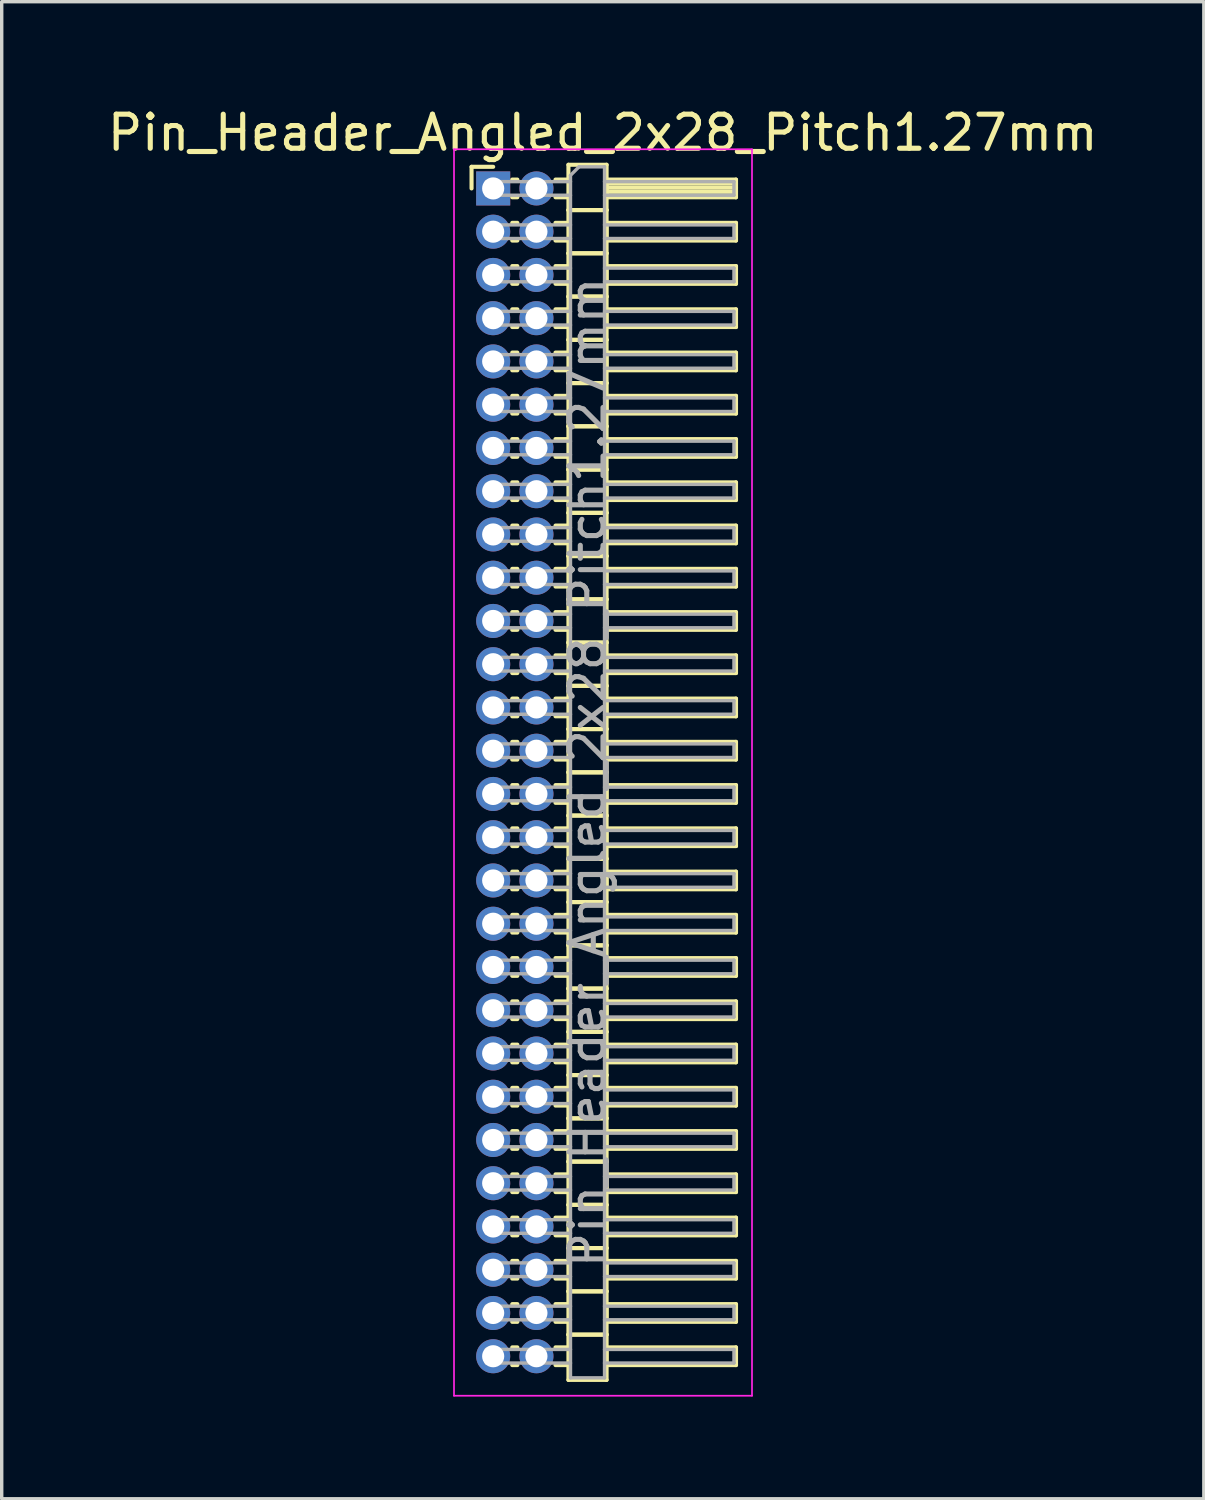
<source format=kicad_pcb>
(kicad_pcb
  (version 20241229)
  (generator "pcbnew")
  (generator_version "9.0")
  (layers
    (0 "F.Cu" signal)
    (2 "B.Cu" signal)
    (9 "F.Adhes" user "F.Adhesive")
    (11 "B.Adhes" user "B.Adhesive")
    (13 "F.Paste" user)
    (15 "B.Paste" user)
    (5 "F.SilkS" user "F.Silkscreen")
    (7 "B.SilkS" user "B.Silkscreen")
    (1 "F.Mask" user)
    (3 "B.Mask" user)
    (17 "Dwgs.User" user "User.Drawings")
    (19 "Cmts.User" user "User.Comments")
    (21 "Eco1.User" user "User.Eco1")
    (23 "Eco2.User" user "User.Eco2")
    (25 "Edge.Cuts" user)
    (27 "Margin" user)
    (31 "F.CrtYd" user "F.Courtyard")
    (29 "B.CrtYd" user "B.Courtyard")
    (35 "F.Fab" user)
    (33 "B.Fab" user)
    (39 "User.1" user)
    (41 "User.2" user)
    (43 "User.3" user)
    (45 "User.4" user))
  (footprint "Pin_Header_Angled_2x28_Pitch1.27mm"
    (layer "F.Cu")
    (at 11.431 2.483)
    (property "Reference" "Pin_Header_Angled_2x28_Pitch1.27mm" (at 3.217 -1.635 0) (layer "F.SilkS") (effects (font (size 1 1) (thickness 0.15))))
    (attr through_hole)
    (fp_line (start -0.635 -0.635) (end 0 -0.635) (stroke (width 0.12) (type solid)) (layer "F.SilkS"))
    (fp_line (start -0.635 0) (end -0.635 -0.635) (stroke (width 0.12) (type solid)) (layer "F.SilkS"))
    (fp_line (start 0.56 -0.26) (end 0.71 -0.26) (stroke (width 0.12) (type solid)) (layer "F.SilkS"))
    (fp_line (start 0.56 0.26) (end 0.71 0.26) (stroke (width 0.12) (type solid)) (layer "F.SilkS"))
    (fp_line (start 0.56 1.01) (end 0.71 1.01) (stroke (width 0.12) (type solid)) (layer "F.SilkS"))
    (fp_line (start 0.56 1.53) (end 0.71 1.53) (stroke (width 0.12) (type solid)) (layer "F.SilkS"))
    (fp_line (start 0.56 2.28) (end 0.71 2.28) (stroke (width 0.12) (type solid)) (layer "F.SilkS"))
    (fp_line (start 0.56 2.8) (end 0.71 2.8) (stroke (width 0.12) (type solid)) (layer "F.SilkS"))
    (fp_line (start 0.56 3.55) (end 0.71 3.55) (stroke (width 0.12) (type solid)) (layer "F.SilkS"))
    (fp_line (start 0.56 4.07) (end 0.71 4.07) (stroke (width 0.12) (type solid)) (layer "F.SilkS"))
    (fp_line (start 0.56 4.82) (end 0.71 4.82) (stroke (width 0.12) (type solid)) (layer "F.SilkS"))
    (fp_line (start 0.56 5.34) (end 0.71 5.34) (stroke (width 0.12) (type solid)) (layer "F.SilkS"))
    (fp_line (start 0.56 6.09) (end 0.71 6.09) (stroke (width 0.12) (type solid)) (layer "F.SilkS"))
    (fp_line (start 0.56 6.61) (end 0.71 6.61) (stroke (width 0.12) (type solid)) (layer "F.SilkS"))
    (fp_line (start 0.56 7.36) (end 0.71 7.36) (stroke (width 0.12) (type solid)) (layer "F.SilkS"))
    (fp_line (start 0.56 7.88) (end 0.71 7.88) (stroke (width 0.12) (type solid)) (layer "F.SilkS"))
    (fp_line (start 0.56 8.63) (end 0.71 8.63) (stroke (width 0.12) (type solid)) (layer "F.SilkS"))
    (fp_line (start 0.56 9.15) (end 0.71 9.15) (stroke (width 0.12) (type solid)) (layer "F.SilkS"))
    (fp_line (start 0.56 9.9) (end 0.71 9.9) (stroke (width 0.12) (type solid)) (layer "F.SilkS"))
    (fp_line (start 0.56 10.42) (end 0.71 10.42) (stroke (width 0.12) (type solid)) (layer "F.SilkS"))
    (fp_line (start 0.56 11.17) (end 0.71 11.17) (stroke (width 0.12) (type solid)) (layer "F.SilkS"))
    (fp_line (start 0.56 11.69) (end 0.71 11.69) (stroke (width 0.12) (type solid)) (layer "F.SilkS"))
    (fp_line (start 0.56 12.44) (end 0.71 12.44) (stroke (width 0.12) (type solid)) (layer "F.SilkS"))
    (fp_line (start 0.56 12.96) (end 0.71 12.96) (stroke (width 0.12) (type solid)) (layer "F.SilkS"))
    (fp_line (start 0.56 13.71) (end 0.71 13.71) (stroke (width 0.12) (type solid)) (layer "F.SilkS"))
    (fp_line (start 0.56 14.23) (end 0.71 14.23) (stroke (width 0.12) (type solid)) (layer "F.SilkS"))
    (fp_line (start 0.56 14.98) (end 0.71 14.98) (stroke (width 0.12) (type solid)) (layer "F.SilkS"))
    (fp_line (start 0.56 15.5) (end 0.71 15.5) (stroke (width 0.12) (type solid)) (layer "F.SilkS"))
    (fp_line (start 0.56 16.25) (end 0.71 16.25) (stroke (width 0.12) (type solid)) (layer "F.SilkS"))
    (fp_line (start 0.56 16.77) (end 0.71 16.77) (stroke (width 0.12) (type solid)) (layer "F.SilkS"))
    (fp_line (start 0.56 17.52) (end 0.71 17.52) (stroke (width 0.12) (type solid)) (layer "F.SilkS"))
    (fp_line (start 0.56 18.04) (end 0.71 18.04) (stroke (width 0.12) (type solid)) (layer "F.SilkS"))
    (fp_line (start 0.56 18.79) (end 0.71 18.79) (stroke (width 0.12) (type solid)) (layer "F.SilkS"))
    (fp_line (start 0.56 19.31) (end 0.71 19.31) (stroke (width 0.12) (type solid)) (layer "F.SilkS"))
    (fp_line (start 0.56 20.06) (end 0.71 20.06) (stroke (width 0.12) (type solid)) (layer "F.SilkS"))
    (fp_line (start 0.56 20.58) (end 0.71 20.58) (stroke (width 0.12) (type solid)) (layer "F.SilkS"))
    (fp_line (start 0.56 21.33) (end 0.71 21.33) (stroke (width 0.12) (type solid)) (layer "F.SilkS"))
    (fp_line (start 0.56 21.85) (end 0.71 21.85) (stroke (width 0.12) (type solid)) (layer "F.SilkS"))
    (fp_line (start 0.56 22.6) (end 0.71 22.6) (stroke (width 0.12) (type solid)) (layer "F.SilkS"))
    (fp_line (start 0.56 23.12) (end 0.71 23.12) (stroke (width 0.12) (type solid)) (layer "F.SilkS"))
    (fp_line (start 0.56 23.87) (end 0.71 23.87) (stroke (width 0.12) (type solid)) (layer "F.SilkS"))
    (fp_line (start 0.56 24.39) (end 0.71 24.39) (stroke (width 0.12) (type solid)) (layer "F.SilkS"))
    (fp_line (start 0.56 25.14) (end 0.71 25.14) (stroke (width 0.12) (type solid)) (layer "F.SilkS"))
    (fp_line (start 0.56 25.66) (end 0.71 25.66) (stroke (width 0.12) (type solid)) (layer "F.SilkS"))
    (fp_line (start 0.56 26.41) (end 0.71 26.41) (stroke (width 0.12) (type solid)) (layer "F.SilkS"))
    (fp_line (start 0.56 26.93) (end 0.71 26.93) (stroke (width 0.12) (type solid)) (layer "F.SilkS"))
    (fp_line (start 0.56 27.68) (end 0.71 27.68) (stroke (width 0.12) (type solid)) (layer "F.SilkS"))
    (fp_line (start 0.56 28.2) (end 0.71 28.2) (stroke (width 0.12) (type solid)) (layer "F.SilkS"))
    (fp_line (start 0.56 28.95) (end 0.71 28.95) (stroke (width 0.12) (type solid)) (layer "F.SilkS"))
    (fp_line (start 0.56 29.47) (end 0.71 29.47) (stroke (width 0.12) (type solid)) (layer "F.SilkS"))
    (fp_line (start 0.56 30.22) (end 0.71 30.22) (stroke (width 0.12) (type solid)) (layer "F.SilkS"))
    (fp_line (start 0.56 30.74) (end 0.71 30.74) (stroke (width 0.12) (type solid)) (layer "F.SilkS"))
    (fp_line (start 0.56 31.49) (end 0.71 31.49) (stroke (width 0.12) (type solid)) (layer "F.SilkS"))
    (fp_line (start 0.56 32.01) (end 0.71 32.01) (stroke (width 0.12) (type solid)) (layer "F.SilkS"))
    (fp_line (start 0.56 32.76) (end 0.71 32.76) (stroke (width 0.12) (type solid)) (layer "F.SilkS"))
    (fp_line (start 0.56 33.28) (end 0.71 33.28) (stroke (width 0.12) (type solid)) (layer "F.SilkS"))
    (fp_line (start 0.56 34.03) (end 0.71 34.03) (stroke (width 0.12) (type solid)) (layer "F.SilkS"))
    (fp_line (start 0.56 34.55) (end 0.71 34.55) (stroke (width 0.12) (type solid)) (layer "F.SilkS"))
    (fp_line (start 1.83 -0.26) (end 2.21 -0.26) (stroke (width 0.12) (type solid)) (layer "F.SilkS"))
    (fp_line (start 1.83 0.26) (end 2.21 0.26) (stroke (width 0.12) (type solid)) (layer "F.SilkS"))
    (fp_line (start 1.83 1.01) (end 2.21 1.01) (stroke (width 0.12) (type solid)) (layer "F.SilkS"))
    (fp_line (start 1.83 1.53) (end 2.21 1.53) (stroke (width 0.12) (type solid)) (layer "F.SilkS"))
    (fp_line (start 1.83 2.28) (end 2.21 2.28) (stroke (width 0.12) (type solid)) (layer "F.SilkS"))
    (fp_line (start 1.83 2.8) (end 2.21 2.8) (stroke (width 0.12) (type solid)) (layer "F.SilkS"))
    (fp_line (start 1.83 3.55) (end 2.21 3.55) (stroke (width 0.12) (type solid)) (layer "F.SilkS"))
    (fp_line (start 1.83 4.07) (end 2.21 4.07) (stroke (width 0.12) (type solid)) (layer "F.SilkS"))
    (fp_line (start 1.83 4.82) (end 2.21 4.82) (stroke (width 0.12) (type solid)) (layer "F.SilkS"))
    (fp_line (start 1.83 5.34) (end 2.21 5.34) (stroke (width 0.12) (type solid)) (layer "F.SilkS"))
    (fp_line (start 1.83 6.09) (end 2.21 6.09) (stroke (width 0.12) (type solid)) (layer "F.SilkS"))
    (fp_line (start 1.83 6.61) (end 2.21 6.61) (stroke (width 0.12) (type solid)) (layer "F.SilkS"))
    (fp_line (start 1.83 7.36) (end 2.21 7.36) (stroke (width 0.12) (type solid)) (layer "F.SilkS"))
    (fp_line (start 1.83 7.88) (end 2.21 7.88) (stroke (width 0.12) (type solid)) (layer "F.SilkS"))
    (fp_line (start 1.83 8.63) (end 2.21 8.63) (stroke (width 0.12) (type solid)) (layer "F.SilkS"))
    (fp_line (start 1.83 9.15) (end 2.21 9.15) (stroke (width 0.12) (type solid)) (layer "F.SilkS"))
    (fp_line (start 1.83 9.9) (end 2.21 9.9) (stroke (width 0.12) (type solid)) (layer "F.SilkS"))
    (fp_line (start 1.83 10.42) (end 2.21 10.42) (stroke (width 0.12) (type solid)) (layer "F.SilkS"))
    (fp_line (start 1.83 11.17) (end 2.21 11.17) (stroke (width 0.12) (type solid)) (layer "F.SilkS"))
    (fp_line (start 1.83 11.69) (end 2.21 11.69) (stroke (width 0.12) (type solid)) (layer "F.SilkS"))
    (fp_line (start 1.83 12.44) (end 2.21 12.44) (stroke (width 0.12) (type solid)) (layer "F.SilkS"))
    (fp_line (start 1.83 12.96) (end 2.21 12.96) (stroke (width 0.12) (type solid)) (layer "F.SilkS"))
    (fp_line (start 1.83 13.71) (end 2.21 13.71) (stroke (width 0.12) (type solid)) (layer "F.SilkS"))
    (fp_line (start 1.83 14.23) (end 2.21 14.23) (stroke (width 0.12) (type solid)) (layer "F.SilkS"))
    (fp_line (start 1.83 14.98) (end 2.21 14.98) (stroke (width 0.12) (type solid)) (layer "F.SilkS"))
    (fp_line (start 1.83 15.5) (end 2.21 15.5) (stroke (width 0.12) (type solid)) (layer "F.SilkS"))
    (fp_line (start 1.83 16.25) (end 2.21 16.25) (stroke (width 0.12) (type solid)) (layer "F.SilkS"))
    (fp_line (start 1.83 16.77) (end 2.21 16.77) (stroke (width 0.12) (type solid)) (layer "F.SilkS"))
    (fp_line (start 1.83 17.52) (end 2.21 17.52) (stroke (width 0.12) (type solid)) (layer "F.SilkS"))
    (fp_line (start 1.83 18.04) (end 2.21 18.04) (stroke (width 0.12) (type solid)) (layer "F.SilkS"))
    (fp_line (start 1.83 18.79) (end 2.21 18.79) (stroke (width 0.12) (type solid)) (layer "F.SilkS"))
    (fp_line (start 1.83 19.31) (end 2.21 19.31) (stroke (width 0.12) (type solid)) (layer "F.SilkS"))
    (fp_line (start 1.83 20.06) (end 2.21 20.06) (stroke (width 0.12) (type solid)) (layer "F.SilkS"))
    (fp_line (start 1.83 20.58) (end 2.21 20.58) (stroke (width 0.12) (type solid)) (layer "F.SilkS"))
    (fp_line (start 1.83 21.33) (end 2.21 21.33) (stroke (width 0.12) (type solid)) (layer "F.SilkS"))
    (fp_line (start 1.83 21.85) (end 2.21 21.85) (stroke (width 0.12) (type solid)) (layer "F.SilkS"))
    (fp_line (start 1.83 22.6) (end 2.21 22.6) (stroke (width 0.12) (type solid)) (layer "F.SilkS"))
    (fp_line (start 1.83 23.12) (end 2.21 23.12) (stroke (width 0.12) (type solid)) (layer "F.SilkS"))
    (fp_line (start 1.83 23.87) (end 2.21 23.87) (stroke (width 0.12) (type solid)) (layer "F.SilkS"))
    (fp_line (start 1.83 24.39) (end 2.21 24.39) (stroke (width 0.12) (type solid)) (layer "F.SilkS"))
    (fp_line (start 1.83 25.14) (end 2.21 25.14) (stroke (width 0.12) (type solid)) (layer "F.SilkS"))
    (fp_line (start 1.83 25.66) (end 2.21 25.66) (stroke (width 0.12) (type solid)) (layer "F.SilkS"))
    (fp_line (start 1.83 26.41) (end 2.21 26.41) (stroke (width 0.12) (type solid)) (layer "F.SilkS"))
    (fp_line (start 1.83 26.93) (end 2.21 26.93) (stroke (width 0.12) (type solid)) (layer "F.SilkS"))
    (fp_line (start 1.83 27.68) (end 2.21 27.68) (stroke (width 0.12) (type solid)) (layer "F.SilkS"))
    (fp_line (start 1.83 28.2) (end 2.21 28.2) (stroke (width 0.12) (type solid)) (layer "F.SilkS"))
    (fp_line (start 1.83 28.95) (end 2.21 28.95) (stroke (width 0.12) (type solid)) (layer "F.SilkS"))
    (fp_line (start 1.83 29.47) (end 2.21 29.47) (stroke (width 0.12) (type solid)) (layer "F.SilkS"))
    (fp_line (start 1.83 30.22) (end 2.21 30.22) (stroke (width 0.12) (type solid)) (layer "F.SilkS"))
    (fp_line (start 1.83 30.74) (end 2.21 30.74) (stroke (width 0.12) (type solid)) (layer "F.SilkS"))
    (fp_line (start 1.83 31.49) (end 2.21 31.49) (stroke (width 0.12) (type solid)) (layer "F.SilkS"))
    (fp_line (start 1.83 32.01) (end 2.21 32.01) (stroke (width 0.12) (type solid)) (layer "F.SilkS"))
    (fp_line (start 1.83 32.76) (end 2.21 32.76) (stroke (width 0.12) (type solid)) (layer "F.SilkS"))
    (fp_line (start 1.83 33.28) (end 2.21 33.28) (stroke (width 0.12) (type solid)) (layer "F.SilkS"))
    (fp_line (start 1.83 34.03) (end 2.21 34.03) (stroke (width 0.12) (type solid)) (layer "F.SilkS"))
    (fp_line (start 1.83 34.55) (end 2.21 34.55) (stroke (width 0.12) (type solid)) (layer "F.SilkS"))
    (fp_line (start 2.21 -0.695) (end 2.21 0.635) (stroke (width 0.12) (type solid)) (layer "F.SilkS"))
    (fp_line (start 2.21 0.635) (end 2.21 1.905) (stroke (width 0.12) (type solid)) (layer "F.SilkS"))
    (fp_line (start 2.21 0.635) (end 3.33 0.635) (stroke (width 0.12) (type solid)) (layer "F.SilkS"))
    (fp_line (start 2.21 1.905) (end 2.21 3.175) (stroke (width 0.12) (type solid)) (layer "F.SilkS"))
    (fp_line (start 2.21 1.905) (end 3.33 1.905) (stroke (width 0.12) (type solid)) (layer "F.SilkS"))
    (fp_line (start 2.21 3.175) (end 2.21 4.445) (stroke (width 0.12) (type solid)) (layer "F.SilkS"))
    (fp_line (start 2.21 3.175) (end 3.33 3.175) (stroke (width 0.12) (type solid)) (layer "F.SilkS"))
    (fp_line (start 2.21 4.445) (end 2.21 5.715) (stroke (width 0.12) (type solid)) (layer "F.SilkS"))
    (fp_line (start 2.21 4.445) (end 3.33 4.445) (stroke (width 0.12) (type solid)) (layer "F.SilkS"))
    (fp_line (start 2.21 5.715) (end 2.21 6.985) (stroke (width 0.12) (type solid)) (layer "F.SilkS"))
    (fp_line (start 2.21 5.715) (end 3.33 5.715) (stroke (width 0.12) (type solid)) (layer "F.SilkS"))
    (fp_line (start 2.21 6.985) (end 2.21 8.255) (stroke (width 0.12) (type solid)) (layer "F.SilkS"))
    (fp_line (start 2.21 6.985) (end 3.33 6.985) (stroke (width 0.12) (type solid)) (layer "F.SilkS"))
    (fp_line (start 2.21 8.255) (end 2.21 9.525) (stroke (width 0.12) (type solid)) (layer "F.SilkS"))
    (fp_line (start 2.21 8.255) (end 3.33 8.255) (stroke (width 0.12) (type solid)) (layer "F.SilkS"))
    (fp_line (start 2.21 9.525) (end 2.21 10.795) (stroke (width 0.12) (type solid)) (layer "F.SilkS"))
    (fp_line (start 2.21 9.525) (end 3.33 9.525) (stroke (width 0.12) (type solid)) (layer "F.SilkS"))
    (fp_line (start 2.21 10.795) (end 2.21 12.065) (stroke (width 0.12) (type solid)) (layer "F.SilkS"))
    (fp_line (start 2.21 10.795) (end 3.33 10.795) (stroke (width 0.12) (type solid)) (layer "F.SilkS"))
    (fp_line (start 2.21 12.065) (end 2.21 13.335) (stroke (width 0.12) (type solid)) (layer "F.SilkS"))
    (fp_line (start 2.21 12.065) (end 3.33 12.065) (stroke (width 0.12) (type solid)) (layer "F.SilkS"))
    (fp_line (start 2.21 13.335) (end 2.21 14.605) (stroke (width 0.12) (type solid)) (layer "F.SilkS"))
    (fp_line (start 2.21 13.335) (end 3.33 13.335) (stroke (width 0.12) (type solid)) (layer "F.SilkS"))
    (fp_line (start 2.21 14.605) (end 2.21 15.875) (stroke (width 0.12) (type solid)) (layer "F.SilkS"))
    (fp_line (start 2.21 14.605) (end 3.33 14.605) (stroke (width 0.12) (type solid)) (layer "F.SilkS"))
    (fp_line (start 2.21 15.875) (end 2.21 17.145) (stroke (width 0.12) (type solid)) (layer "F.SilkS"))
    (fp_line (start 2.21 15.875) (end 3.33 15.875) (stroke (width 0.12) (type solid)) (layer "F.SilkS"))
    (fp_line (start 2.21 17.145) (end 2.21 18.415) (stroke (width 0.12) (type solid)) (layer "F.SilkS"))
    (fp_line (start 2.21 17.145) (end 3.33 17.145) (stroke (width 0.12) (type solid)) (layer "F.SilkS"))
    (fp_line (start 2.21 18.415) (end 2.21 19.685) (stroke (width 0.12) (type solid)) (layer "F.SilkS"))
    (fp_line (start 2.21 18.415) (end 3.33 18.415) (stroke (width 0.12) (type solid)) (layer "F.SilkS"))
    (fp_line (start 2.21 19.685) (end 2.21 20.955) (stroke (width 0.12) (type solid)) (layer "F.SilkS"))
    (fp_line (start 2.21 19.685) (end 3.33 19.685) (stroke (width 0.12) (type solid)) (layer "F.SilkS"))
    (fp_line (start 2.21 20.955) (end 2.21 22.225) (stroke (width 0.12) (type solid)) (layer "F.SilkS"))
    (fp_line (start 2.21 20.955) (end 3.33 20.955) (stroke (width 0.12) (type solid)) (layer "F.SilkS"))
    (fp_line (start 2.21 22.225) (end 2.21 23.495) (stroke (width 0.12) (type solid)) (layer "F.SilkS"))
    (fp_line (start 2.21 22.225) (end 3.33 22.225) (stroke (width 0.12) (type solid)) (layer "F.SilkS"))
    (fp_line (start 2.21 23.495) (end 2.21 24.765) (stroke (width 0.12) (type solid)) (layer "F.SilkS"))
    (fp_line (start 2.21 23.495) (end 3.33 23.495) (stroke (width 0.12) (type solid)) (layer "F.SilkS"))
    (fp_line (start 2.21 24.765) (end 2.21 26.035) (stroke (width 0.12) (type solid)) (layer "F.SilkS"))
    (fp_line (start 2.21 24.765) (end 3.33 24.765) (stroke (width 0.12) (type solid)) (layer "F.SilkS"))
    (fp_line (start 2.21 26.035) (end 2.21 27.305) (stroke (width 0.12) (type solid)) (layer "F.SilkS"))
    (fp_line (start 2.21 26.035) (end 3.33 26.035) (stroke (width 0.12) (type solid)) (layer "F.SilkS"))
    (fp_line (start 2.21 27.305) (end 2.21 28.575) (stroke (width 0.12) (type solid)) (layer "F.SilkS"))
    (fp_line (start 2.21 27.305) (end 3.33 27.305) (stroke (width 0.12) (type solid)) (layer "F.SilkS"))
    (fp_line (start 2.21 28.575) (end 2.21 29.845) (stroke (width 0.12) (type solid)) (layer "F.SilkS"))
    (fp_line (start 2.21 28.575) (end 3.33 28.575) (stroke (width 0.12) (type solid)) (layer "F.SilkS"))
    (fp_line (start 2.21 29.845) (end 2.21 31.115) (stroke (width 0.12) (type solid)) (layer "F.SilkS"))
    (fp_line (start 2.21 29.845) (end 3.33 29.845) (stroke (width 0.12) (type solid)) (layer "F.SilkS"))
    (fp_line (start 2.21 31.115) (end 2.21 32.385) (stroke (width 0.12) (type solid)) (layer "F.SilkS"))
    (fp_line (start 2.21 31.115) (end 3.33 31.115) (stroke (width 0.12) (type solid)) (layer "F.SilkS"))
    (fp_line (start 2.21 32.385) (end 2.21 33.655) (stroke (width 0.12) (type solid)) (layer "F.SilkS"))
    (fp_line (start 2.21 32.385) (end 3.33 32.385) (stroke (width 0.12) (type solid)) (layer "F.SilkS"))
    (fp_line (start 2.21 33.655) (end 2.21 34.985) (stroke (width 0.12) (type solid)) (layer "F.SilkS"))
    (fp_line (start 2.21 33.655) (end 3.33 33.655) (stroke (width 0.12) (type solid)) (layer "F.SilkS"))
    (fp_line (start 2.21 34.985) (end 3.33 34.985) (stroke (width 0.12) (type solid)) (layer "F.SilkS"))
    (fp_line (start 3.33 -0.695) (end 2.21 -0.695) (stroke (width 0.12) (type solid)) (layer "F.SilkS"))
    (fp_line (start 3.33 -0.26) (end 3.33 0.26) (stroke (width 0.12) (type solid)) (layer "F.SilkS"))
    (fp_line (start 3.33 -0.14) (end 7.13 -0.14) (stroke (width 0.12) (type solid)) (layer "F.SilkS"))
    (fp_line (start 3.33 -0.02) (end 7.13 -0.02) (stroke (width 0.12) (type solid)) (layer "F.SilkS"))
    (fp_line (start 3.33 0.1) (end 7.13 0.1) (stroke (width 0.12) (type solid)) (layer "F.SilkS"))
    (fp_line (start 3.33 0.22) (end 7.13 0.22) (stroke (width 0.12) (type solid)) (layer "F.SilkS"))
    (fp_line (start 3.33 0.26) (end 7.13 0.26) (stroke (width 0.12) (type solid)) (layer "F.SilkS"))
    (fp_line (start 3.33 0.635) (end 2.21 0.635) (stroke (width 0.12) (type solid)) (layer "F.SilkS"))
    (fp_line (start 3.33 0.635) (end 3.33 -0.695) (stroke (width 0.12) (type solid)) (layer "F.SilkS"))
    (fp_line (start 3.33 1.01) (end 3.33 1.53) (stroke (width 0.12) (type solid)) (layer "F.SilkS"))
    (fp_line (start 3.33 1.53) (end 7.13 1.53) (stroke (width 0.12) (type solid)) (layer "F.SilkS"))
    (fp_line (start 3.33 1.905) (end 2.21 1.905) (stroke (width 0.12) (type solid)) (layer "F.SilkS"))
    (fp_line (start 3.33 1.905) (end 3.33 0.635) (stroke (width 0.12) (type solid)) (layer "F.SilkS"))
    (fp_line (start 3.33 2.28) (end 3.33 2.8) (stroke (width 0.12) (type solid)) (layer "F.SilkS"))
    (fp_line (start 3.33 2.8) (end 7.13 2.8) (stroke (width 0.12) (type solid)) (layer "F.SilkS"))
    (fp_line (start 3.33 3.175) (end 2.21 3.175) (stroke (width 0.12) (type solid)) (layer "F.SilkS"))
    (fp_line (start 3.33 3.175) (end 3.33 1.905) (stroke (width 0.12) (type solid)) (layer "F.SilkS"))
    (fp_line (start 3.33 3.55) (end 3.33 4.07) (stroke (width 0.12) (type solid)) (layer "F.SilkS"))
    (fp_line (start 3.33 4.07) (end 7.13 4.07) (stroke (width 0.12) (type solid)) (layer "F.SilkS"))
    (fp_line (start 3.33 4.445) (end 2.21 4.445) (stroke (width 0.12) (type solid)) (layer "F.SilkS"))
    (fp_line (start 3.33 4.445) (end 3.33 3.175) (stroke (width 0.12) (type solid)) (layer "F.SilkS"))
    (fp_line (start 3.33 4.82) (end 3.33 5.34) (stroke (width 0.12) (type solid)) (layer "F.SilkS"))
    (fp_line (start 3.33 5.34) (end 7.13 5.34) (stroke (width 0.12) (type solid)) (layer "F.SilkS"))
    (fp_line (start 3.33 5.715) (end 2.21 5.715) (stroke (width 0.12) (type solid)) (layer "F.SilkS"))
    (fp_line (start 3.33 5.715) (end 3.33 4.445) (stroke (width 0.12) (type solid)) (layer "F.SilkS"))
    (fp_line (start 3.33 6.09) (end 3.33 6.61) (stroke (width 0.12) (type solid)) (layer "F.SilkS"))
    (fp_line (start 3.33 6.61) (end 7.13 6.61) (stroke (width 0.12) (type solid)) (layer "F.SilkS"))
    (fp_line (start 3.33 6.985) (end 2.21 6.985) (stroke (width 0.12) (type solid)) (layer "F.SilkS"))
    (fp_line (start 3.33 6.985) (end 3.33 5.715) (stroke (width 0.12) (type solid)) (layer "F.SilkS"))
    (fp_line (start 3.33 7.36) (end 3.33 7.88) (stroke (width 0.12) (type solid)) (layer "F.SilkS"))
    (fp_line (start 3.33 7.88) (end 7.13 7.88) (stroke (width 0.12) (type solid)) (layer "F.SilkS"))
    (fp_line (start 3.33 8.255) (end 2.21 8.255) (stroke (width 0.12) (type solid)) (layer "F.SilkS"))
    (fp_line (start 3.33 8.255) (end 3.33 6.985) (stroke (width 0.12) (type solid)) (layer "F.SilkS"))
    (fp_line (start 3.33 8.63) (end 3.33 9.15) (stroke (width 0.12) (type solid)) (layer "F.SilkS"))
    (fp_line (start 3.33 9.15) (end 7.13 9.15) (stroke (width 0.12) (type solid)) (layer "F.SilkS"))
    (fp_line (start 3.33 9.525) (end 2.21 9.525) (stroke (width 0.12) (type solid)) (layer "F.SilkS"))
    (fp_line (start 3.33 9.525) (end 3.33 8.255) (stroke (width 0.12) (type solid)) (layer "F.SilkS"))
    (fp_line (start 3.33 9.9) (end 3.33 10.42) (stroke (width 0.12) (type solid)) (layer "F.SilkS"))
    (fp_line (start 3.33 10.42) (end 7.13 10.42) (stroke (width 0.12) (type solid)) (layer "F.SilkS"))
    (fp_line (start 3.33 10.795) (end 2.21 10.795) (stroke (width 0.12) (type solid)) (layer "F.SilkS"))
    (fp_line (start 3.33 10.795) (end 3.33 9.525) (stroke (width 0.12) (type solid)) (layer "F.SilkS"))
    (fp_line (start 3.33 11.17) (end 3.33 11.69) (stroke (width 0.12) (type solid)) (layer "F.SilkS"))
    (fp_line (start 3.33 11.69) (end 7.13 11.69) (stroke (width 0.12) (type solid)) (layer "F.SilkS"))
    (fp_line (start 3.33 12.065) (end 2.21 12.065) (stroke (width 0.12) (type solid)) (layer "F.SilkS"))
    (fp_line (start 3.33 12.065) (end 3.33 10.795) (stroke (width 0.12) (type solid)) (layer "F.SilkS"))
    (fp_line (start 3.33 12.44) (end 3.33 12.96) (stroke (width 0.12) (type solid)) (layer "F.SilkS"))
    (fp_line (start 3.33 12.96) (end 7.13 12.96) (stroke (width 0.12) (type solid)) (layer "F.SilkS"))
    (fp_line (start 3.33 13.335) (end 2.21 13.335) (stroke (width 0.12) (type solid)) (layer "F.SilkS"))
    (fp_line (start 3.33 13.335) (end 3.33 12.065) (stroke (width 0.12) (type solid)) (layer "F.SilkS"))
    (fp_line (start 3.33 13.71) (end 3.33 14.23) (stroke (width 0.12) (type solid)) (layer "F.SilkS"))
    (fp_line (start 3.33 14.23) (end 7.13 14.23) (stroke (width 0.12) (type solid)) (layer "F.SilkS"))
    (fp_line (start 3.33 14.605) (end 2.21 14.605) (stroke (width 0.12) (type solid)) (layer "F.SilkS"))
    (fp_line (start 3.33 14.605) (end 3.33 13.335) (stroke (width 0.12) (type solid)) (layer "F.SilkS"))
    (fp_line (start 3.33 14.98) (end 3.33 15.5) (stroke (width 0.12) (type solid)) (layer "F.SilkS"))
    (fp_line (start 3.33 15.5) (end 7.13 15.5) (stroke (width 0.12) (type solid)) (layer "F.SilkS"))
    (fp_line (start 3.33 15.875) (end 2.21 15.875) (stroke (width 0.12) (type solid)) (layer "F.SilkS"))
    (fp_line (start 3.33 15.875) (end 3.33 14.605) (stroke (width 0.12) (type solid)) (layer "F.SilkS"))
    (fp_line (start 3.33 16.25) (end 3.33 16.77) (stroke (width 0.12) (type solid)) (layer "F.SilkS"))
    (fp_line (start 3.33 16.77) (end 7.13 16.77) (stroke (width 0.12) (type solid)) (layer "F.SilkS"))
    (fp_line (start 3.33 17.145) (end 2.21 17.145) (stroke (width 0.12) (type solid)) (layer "F.SilkS"))
    (fp_line (start 3.33 17.145) (end 3.33 15.875) (stroke (width 0.12) (type solid)) (layer "F.SilkS"))
    (fp_line (start 3.33 17.52) (end 3.33 18.04) (stroke (width 0.12) (type solid)) (layer "F.SilkS"))
    (fp_line (start 3.33 18.04) (end 7.13 18.04) (stroke (width 0.12) (type solid)) (layer "F.SilkS"))
    (fp_line (start 3.33 18.415) (end 2.21 18.415) (stroke (width 0.12) (type solid)) (layer "F.SilkS"))
    (fp_line (start 3.33 18.415) (end 3.33 17.145) (stroke (width 0.12) (type solid)) (layer "F.SilkS"))
    (fp_line (start 3.33 18.79) (end 3.33 19.31) (stroke (width 0.12) (type solid)) (layer "F.SilkS"))
    (fp_line (start 3.33 19.31) (end 7.13 19.31) (stroke (width 0.12) (type solid)) (layer "F.SilkS"))
    (fp_line (start 3.33 19.685) (end 2.21 19.685) (stroke (width 0.12) (type solid)) (layer "F.SilkS"))
    (fp_line (start 3.33 19.685) (end 3.33 18.415) (stroke (width 0.12) (type solid)) (layer "F.SilkS"))
    (fp_line (start 3.33 20.06) (end 3.33 20.58) (stroke (width 0.12) (type solid)) (layer "F.SilkS"))
    (fp_line (start 3.33 20.58) (end 7.13 20.58) (stroke (width 0.12) (type solid)) (layer "F.SilkS"))
    (fp_line (start 3.33 20.955) (end 2.21 20.955) (stroke (width 0.12) (type solid)) (layer "F.SilkS"))
    (fp_line (start 3.33 20.955) (end 3.33 19.685) (stroke (width 0.12) (type solid)) (layer "F.SilkS"))
    (fp_line (start 3.33 21.33) (end 3.33 21.85) (stroke (width 0.12) (type solid)) (layer "F.SilkS"))
    (fp_line (start 3.33 21.85) (end 7.13 21.85) (stroke (width 0.12) (type solid)) (layer "F.SilkS"))
    (fp_line (start 3.33 22.225) (end 2.21 22.225) (stroke (width 0.12) (type solid)) (layer "F.SilkS"))
    (fp_line (start 3.33 22.225) (end 3.33 20.955) (stroke (width 0.12) (type solid)) (layer "F.SilkS"))
    (fp_line (start 3.33 22.6) (end 3.33 23.12) (stroke (width 0.12) (type solid)) (layer "F.SilkS"))
    (fp_line (start 3.33 23.12) (end 7.13 23.12) (stroke (width 0.12) (type solid)) (layer "F.SilkS"))
    (fp_line (start 3.33 23.495) (end 2.21 23.495) (stroke (width 0.12) (type solid)) (layer "F.SilkS"))
    (fp_line (start 3.33 23.495) (end 3.33 22.225) (stroke (width 0.12) (type solid)) (layer "F.SilkS"))
    (fp_line (start 3.33 23.87) (end 3.33 24.39) (stroke (width 0.12) (type solid)) (layer "F.SilkS"))
    (fp_line (start 3.33 24.39) (end 7.13 24.39) (stroke (width 0.12) (type solid)) (layer "F.SilkS"))
    (fp_line (start 3.33 24.765) (end 2.21 24.765) (stroke (width 0.12) (type solid)) (layer "F.SilkS"))
    (fp_line (start 3.33 24.765) (end 3.33 23.495) (stroke (width 0.12) (type solid)) (layer "F.SilkS"))
    (fp_line (start 3.33 25.14) (end 3.33 25.66) (stroke (width 0.12) (type solid)) (layer "F.SilkS"))
    (fp_line (start 3.33 25.66) (end 7.13 25.66) (stroke (width 0.12) (type solid)) (layer "F.SilkS"))
    (fp_line (start 3.33 26.035) (end 2.21 26.035) (stroke (width 0.12) (type solid)) (layer "F.SilkS"))
    (fp_line (start 3.33 26.035) (end 3.33 24.765) (stroke (width 0.12) (type solid)) (layer "F.SilkS"))
    (fp_line (start 3.33 26.41) (end 3.33 26.93) (stroke (width 0.12) (type solid)) (layer "F.SilkS"))
    (fp_line (start 3.33 26.93) (end 7.13 26.93) (stroke (width 0.12) (type solid)) (layer "F.SilkS"))
    (fp_line (start 3.33 27.305) (end 2.21 27.305) (stroke (width 0.12) (type solid)) (layer "F.SilkS"))
    (fp_line (start 3.33 27.305) (end 3.33 26.035) (stroke (width 0.12) (type solid)) (layer "F.SilkS"))
    (fp_line (start 3.33 27.68) (end 3.33 28.2) (stroke (width 0.12) (type solid)) (layer "F.SilkS"))
    (fp_line (start 3.33 28.2) (end 7.13 28.2) (stroke (width 0.12) (type solid)) (layer "F.SilkS"))
    (fp_line (start 3.33 28.575) (end 2.21 28.575) (stroke (width 0.12) (type solid)) (layer "F.SilkS"))
    (fp_line (start 3.33 28.575) (end 3.33 27.305) (stroke (width 0.12) (type solid)) (layer "F.SilkS"))
    (fp_line (start 3.33 28.95) (end 3.33 29.47) (stroke (width 0.12) (type solid)) (layer "F.SilkS"))
    (fp_line (start 3.33 29.47) (end 7.13 29.47) (stroke (width 0.12) (type solid)) (layer "F.SilkS"))
    (fp_line (start 3.33 29.845) (end 2.21 29.845) (stroke (width 0.12) (type solid)) (layer "F.SilkS"))
    (fp_line (start 3.33 29.845) (end 3.33 28.575) (stroke (width 0.12) (type solid)) (layer "F.SilkS"))
    (fp_line (start 3.33 30.22) (end 3.33 30.74) (stroke (width 0.12) (type solid)) (layer "F.SilkS"))
    (fp_line (start 3.33 30.74) (end 7.13 30.74) (stroke (width 0.12) (type solid)) (layer "F.SilkS"))
    (fp_line (start 3.33 31.115) (end 2.21 31.115) (stroke (width 0.12) (type solid)) (layer "F.SilkS"))
    (fp_line (start 3.33 31.115) (end 3.33 29.845) (stroke (width 0.12) (type solid)) (layer "F.SilkS"))
    (fp_line (start 3.33 31.49) (end 3.33 32.01) (stroke (width 0.12) (type solid)) (layer "F.SilkS"))
    (fp_line (start 3.33 32.01) (end 7.13 32.01) (stroke (width 0.12) (type solid)) (layer "F.SilkS"))
    (fp_line (start 3.33 32.385) (end 2.21 32.385) (stroke (width 0.12) (type solid)) (layer "F.SilkS"))
    (fp_line (start 3.33 32.385) (end 3.33 31.115) (stroke (width 0.12) (type solid)) (layer "F.SilkS"))
    (fp_line (start 3.33 32.76) (end 3.33 33.28) (stroke (width 0.12) (type solid)) (layer "F.SilkS"))
    (fp_line (start 3.33 33.28) (end 7.13 33.28) (stroke (width 0.12) (type solid)) (layer "F.SilkS"))
    (fp_line (start 3.33 33.655) (end 2.21 33.655) (stroke (width 0.12) (type solid)) (layer "F.SilkS"))
    (fp_line (start 3.33 33.655) (end 3.33 32.385) (stroke (width 0.12) (type solid)) (layer "F.SilkS"))
    (fp_line (start 3.33 34.03) (end 3.33 34.55) (stroke (width 0.12) (type solid)) (layer "F.SilkS"))
    (fp_line (start 3.33 34.55) (end 7.13 34.55) (stroke (width 0.12) (type solid)) (layer "F.SilkS"))
    (fp_line (start 3.33 34.985) (end 3.33 33.655) (stroke (width 0.12) (type solid)) (layer "F.SilkS"))
    (fp_line (start 7.13 -0.26) (end 3.33 -0.26) (stroke (width 0.12) (type solid)) (layer "F.SilkS"))
    (fp_line (start 7.13 0.26) (end 7.13 -0.26) (stroke (width 0.12) (type solid)) (layer "F.SilkS"))
    (fp_line (start 7.13 1.01) (end 3.33 1.01) (stroke (width 0.12) (type solid)) (layer "F.SilkS"))
    (fp_line (start 7.13 1.53) (end 7.13 1.01) (stroke (width 0.12) (type solid)) (layer "F.SilkS"))
    (fp_line (start 7.13 2.28) (end 3.33 2.28) (stroke (width 0.12) (type solid)) (layer "F.SilkS"))
    (fp_line (start 7.13 2.8) (end 7.13 2.28) (stroke (width 0.12) (type solid)) (layer "F.SilkS"))
    (fp_line (start 7.13 3.55) (end 3.33 3.55) (stroke (width 0.12) (type solid)) (layer "F.SilkS"))
    (fp_line (start 7.13 4.07) (end 7.13 3.55) (stroke (width 0.12) (type solid)) (layer "F.SilkS"))
    (fp_line (start 7.13 4.82) (end 3.33 4.82) (stroke (width 0.12) (type solid)) (layer "F.SilkS"))
    (fp_line (start 7.13 5.34) (end 7.13 4.82) (stroke (width 0.12) (type solid)) (layer "F.SilkS"))
    (fp_line (start 7.13 6.09) (end 3.33 6.09) (stroke (width 0.12) (type solid)) (layer "F.SilkS"))
    (fp_line (start 7.13 6.61) (end 7.13 6.09) (stroke (width 0.12) (type solid)) (layer "F.SilkS"))
    (fp_line (start 7.13 7.36) (end 3.33 7.36) (stroke (width 0.12) (type solid)) (layer "F.SilkS"))
    (fp_line (start 7.13 7.88) (end 7.13 7.36) (stroke (width 0.12) (type solid)) (layer "F.SilkS"))
    (fp_line (start 7.13 8.63) (end 3.33 8.63) (stroke (width 0.12) (type solid)) (layer "F.SilkS"))
    (fp_line (start 7.13 9.15) (end 7.13 8.63) (stroke (width 0.12) (type solid)) (layer "F.SilkS"))
    (fp_line (start 7.13 9.9) (end 3.33 9.9) (stroke (width 0.12) (type solid)) (layer "F.SilkS"))
    (fp_line (start 7.13 10.42) (end 7.13 9.9) (stroke (width 0.12) (type solid)) (layer "F.SilkS"))
    (fp_line (start 7.13 11.17) (end 3.33 11.17) (stroke (width 0.12) (type solid)) (layer "F.SilkS"))
    (fp_line (start 7.13 11.69) (end 7.13 11.17) (stroke (width 0.12) (type solid)) (layer "F.SilkS"))
    (fp_line (start 7.13 12.44) (end 3.33 12.44) (stroke (width 0.12) (type solid)) (layer "F.SilkS"))
    (fp_line (start 7.13 12.96) (end 7.13 12.44) (stroke (width 0.12) (type solid)) (layer "F.SilkS"))
    (fp_line (start 7.13 13.71) (end 3.33 13.71) (stroke (width 0.12) (type solid)) (layer "F.SilkS"))
    (fp_line (start 7.13 14.23) (end 7.13 13.71) (stroke (width 0.12) (type solid)) (layer "F.SilkS"))
    (fp_line (start 7.13 14.98) (end 3.33 14.98) (stroke (width 0.12) (type solid)) (layer "F.SilkS"))
    (fp_line (start 7.13 15.5) (end 7.13 14.98) (stroke (width 0.12) (type solid)) (layer "F.SilkS"))
    (fp_line (start 7.13 16.25) (end 3.33 16.25) (stroke (width 0.12) (type solid)) (layer "F.SilkS"))
    (fp_line (start 7.13 16.77) (end 7.13 16.25) (stroke (width 0.12) (type solid)) (layer "F.SilkS"))
    (fp_line (start 7.13 17.52) (end 3.33 17.52) (stroke (width 0.12) (type solid)) (layer "F.SilkS"))
    (fp_line (start 7.13 18.04) (end 7.13 17.52) (stroke (width 0.12) (type solid)) (layer "F.SilkS"))
    (fp_line (start 7.13 18.79) (end 3.33 18.79) (stroke (width 0.12) (type solid)) (layer "F.SilkS"))
    (fp_line (start 7.13 19.31) (end 7.13 18.79) (stroke (width 0.12) (type solid)) (layer "F.SilkS"))
    (fp_line (start 7.13 20.06) (end 3.33 20.06) (stroke (width 0.12) (type solid)) (layer "F.SilkS"))
    (fp_line (start 7.13 20.58) (end 7.13 20.06) (stroke (width 0.12) (type solid)) (layer "F.SilkS"))
    (fp_line (start 7.13 21.33) (end 3.33 21.33) (stroke (width 0.12) (type solid)) (layer "F.SilkS"))
    (fp_line (start 7.13 21.85) (end 7.13 21.33) (stroke (width 0.12) (type solid)) (layer "F.SilkS"))
    (fp_line (start 7.13 22.6) (end 3.33 22.6) (stroke (width 0.12) (type solid)) (layer "F.SilkS"))
    (fp_line (start 7.13 23.12) (end 7.13 22.6) (stroke (width 0.12) (type solid)) (layer "F.SilkS"))
    (fp_line (start 7.13 23.87) (end 3.33 23.87) (stroke (width 0.12) (type solid)) (layer "F.SilkS"))
    (fp_line (start 7.13 24.39) (end 7.13 23.87) (stroke (width 0.12) (type solid)) (layer "F.SilkS"))
    (fp_line (start 7.13 25.14) (end 3.33 25.14) (stroke (width 0.12) (type solid)) (layer "F.SilkS"))
    (fp_line (start 7.13 25.66) (end 7.13 25.14) (stroke (width 0.12) (type solid)) (layer "F.SilkS"))
    (fp_line (start 7.13 26.41) (end 3.33 26.41) (stroke (width 0.12) (type solid)) (layer "F.SilkS"))
    (fp_line (start 7.13 26.93) (end 7.13 26.41) (stroke (width 0.12) (type solid)) (layer "F.SilkS"))
    (fp_line (start 7.13 27.68) (end 3.33 27.68) (stroke (width 0.12) (type solid)) (layer "F.SilkS"))
    (fp_line (start 7.13 28.2) (end 7.13 27.68) (stroke (width 0.12) (type solid)) (layer "F.SilkS"))
    (fp_line (start 7.13 28.95) (end 3.33 28.95) (stroke (width 0.12) (type solid)) (layer "F.SilkS"))
    (fp_line (start 7.13 29.47) (end 7.13 28.95) (stroke (width 0.12) (type solid)) (layer "F.SilkS"))
    (fp_line (start 7.13 30.22) (end 3.33 30.22) (stroke (width 0.12) (type solid)) (layer "F.SilkS"))
    (fp_line (start 7.13 30.74) (end 7.13 30.22) (stroke (width 0.12) (type solid)) (layer "F.SilkS"))
    (fp_line (start 7.13 31.49) (end 3.33 31.49) (stroke (width 0.12) (type solid)) (layer "F.SilkS"))
    (fp_line (start 7.13 32.01) (end 7.13 31.49) (stroke (width 0.12) (type solid)) (layer "F.SilkS"))
    (fp_line (start 7.13 32.76) (end 3.33 32.76) (stroke (width 0.12) (type solid)) (layer "F.SilkS"))
    (fp_line (start 7.13 33.28) (end 7.13 32.76) (stroke (width 0.12) (type solid)) (layer "F.SilkS"))
    (fp_line (start 7.13 34.03) (end 3.33 34.03) (stroke (width 0.12) (type solid)) (layer "F.SilkS"))
    (fp_line (start 7.13 34.55) (end 7.13 34.03) (stroke (width 0.12) (type solid)) (layer "F.SilkS"))
    (fp_line (start -1.15 -1.15) (end -1.15 35.45) (stroke (width 0.05) (type solid)) (layer "F.CrtYd"))
    (fp_line (start -1.15 35.45) (end 7.6 35.45) (stroke (width 0.05) (type solid)) (layer "F.CrtYd"))
    (fp_line (start 7.6 -1.15) (end -1.15 -1.15) (stroke (width 0.05) (type solid)) (layer "F.CrtYd"))
    (fp_line (start 7.6 35.45) (end 7.6 -1.15) (stroke (width 0.05) (type solid)) (layer "F.CrtYd"))
    (fp_line (start -0.2 -0.2) (end -0.2 0.2) (stroke (width 0.1) (type solid)) (layer "F.Fab"))
    (fp_line (start -0.2 -0.2) (end 2.27 -0.2) (stroke (width 0.1) (type solid)) (layer "F.Fab"))
    (fp_line (start -0.2 0.2) (end 2.27 0.2) (stroke (width 0.1) (type solid)) (layer "F.Fab"))
    (fp_line (start -0.2 1.07) (end -0.2 1.47) (stroke (width 0.1) (type solid)) (layer "F.Fab"))
    (fp_line (start -0.2 1.07) (end 2.27 1.07) (stroke (width 0.1) (type solid)) (layer "F.Fab"))
    (fp_line (start -0.2 1.47) (end 2.27 1.47) (stroke (width 0.1) (type solid)) (layer "F.Fab"))
    (fp_line (start -0.2 2.34) (end -0.2 2.74) (stroke (width 0.1) (type solid)) (layer "F.Fab"))
    (fp_line (start -0.2 2.34) (end 2.27 2.34) (stroke (width 0.1) (type solid)) (layer "F.Fab"))
    (fp_line (start -0.2 2.74) (end 2.27 2.74) (stroke (width 0.1) (type solid)) (layer "F.Fab"))
    (fp_line (start -0.2 3.61) (end -0.2 4.01) (stroke (width 0.1) (type solid)) (layer "F.Fab"))
    (fp_line (start -0.2 3.61) (end 2.27 3.61) (stroke (width 0.1) (type solid)) (layer "F.Fab"))
    (fp_line (start -0.2 4.01) (end 2.27 4.01) (stroke (width 0.1) (type solid)) (layer "F.Fab"))
    (fp_line (start -0.2 4.88) (end -0.2 5.28) (stroke (width 0.1) (type solid)) (layer "F.Fab"))
    (fp_line (start -0.2 4.88) (end 2.27 4.88) (stroke (width 0.1) (type solid)) (layer "F.Fab"))
    (fp_line (start -0.2 5.28) (end 2.27 5.28) (stroke (width 0.1) (type solid)) (layer "F.Fab"))
    (fp_line (start -0.2 6.15) (end -0.2 6.55) (stroke (width 0.1) (type solid)) (layer "F.Fab"))
    (fp_line (start -0.2 6.15) (end 2.27 6.15) (stroke (width 0.1) (type solid)) (layer "F.Fab"))
    (fp_line (start -0.2 6.55) (end 2.27 6.55) (stroke (width 0.1) (type solid)) (layer "F.Fab"))
    (fp_line (start -0.2 7.42) (end -0.2 7.82) (stroke (width 0.1) (type solid)) (layer "F.Fab"))
    (fp_line (start -0.2 7.42) (end 2.27 7.42) (stroke (width 0.1) (type solid)) (layer "F.Fab"))
    (fp_line (start -0.2 7.82) (end 2.27 7.82) (stroke (width 0.1) (type solid)) (layer "F.Fab"))
    (fp_line (start -0.2 8.69) (end -0.2 9.09) (stroke (width 0.1) (type solid)) (layer "F.Fab"))
    (fp_line (start -0.2 8.69) (end 2.27 8.69) (stroke (width 0.1) (type solid)) (layer "F.Fab"))
    (fp_line (start -0.2 9.09) (end 2.27 9.09) (stroke (width 0.1) (type solid)) (layer "F.Fab"))
    (fp_line (start -0.2 9.96) (end -0.2 10.36) (stroke (width 0.1) (type solid)) (layer "F.Fab"))
    (fp_line (start -0.2 9.96) (end 2.27 9.96) (stroke (width 0.1) (type solid)) (layer "F.Fab"))
    (fp_line (start -0.2 10.36) (end 2.27 10.36) (stroke (width 0.1) (type solid)) (layer "F.Fab"))
    (fp_line (start -0.2 11.23) (end -0.2 11.63) (stroke (width 0.1) (type solid)) (layer "F.Fab"))
    (fp_line (start -0.2 11.23) (end 2.27 11.23) (stroke (width 0.1) (type solid)) (layer "F.Fab"))
    (fp_line (start -0.2 11.63) (end 2.27 11.63) (stroke (width 0.1) (type solid)) (layer "F.Fab"))
    (fp_line (start -0.2 12.5) (end -0.2 12.9) (stroke (width 0.1) (type solid)) (layer "F.Fab"))
    (fp_line (start -0.2 12.5) (end 2.27 12.5) (stroke (width 0.1) (type solid)) (layer "F.Fab"))
    (fp_line (start -0.2 12.9) (end 2.27 12.9) (stroke (width 0.1) (type solid)) (layer "F.Fab"))
    (fp_line (start -0.2 13.77) (end -0.2 14.17) (stroke (width 0.1) (type solid)) (layer "F.Fab"))
    (fp_line (start -0.2 13.77) (end 2.27 13.77) (stroke (width 0.1) (type solid)) (layer "F.Fab"))
    (fp_line (start -0.2 14.17) (end 2.27 14.17) (stroke (width 0.1) (type solid)) (layer "F.Fab"))
    (fp_line (start -0.2 15.04) (end -0.2 15.44) (stroke (width 0.1) (type solid)) (layer "F.Fab"))
    (fp_line (start -0.2 15.04) (end 2.27 15.04) (stroke (width 0.1) (type solid)) (layer "F.Fab"))
    (fp_line (start -0.2 15.44) (end 2.27 15.44) (stroke (width 0.1) (type solid)) (layer "F.Fab"))
    (fp_line (start -0.2 16.31) (end -0.2 16.71) (stroke (width 0.1) (type solid)) (layer "F.Fab"))
    (fp_line (start -0.2 16.31) (end 2.27 16.31) (stroke (width 0.1) (type solid)) (layer "F.Fab"))
    (fp_line (start -0.2 16.71) (end 2.27 16.71) (stroke (width 0.1) (type solid)) (layer "F.Fab"))
    (fp_line (start -0.2 17.58) (end -0.2 17.98) (stroke (width 0.1) (type solid)) (layer "F.Fab"))
    (fp_line (start -0.2 17.58) (end 2.27 17.58) (stroke (width 0.1) (type solid)) (layer "F.Fab"))
    (fp_line (start -0.2 17.98) (end 2.27 17.98) (stroke (width 0.1) (type solid)) (layer "F.Fab"))
    (fp_line (start -0.2 18.85) (end -0.2 19.25) (stroke (width 0.1) (type solid)) (layer "F.Fab"))
    (fp_line (start -0.2 18.85) (end 2.27 18.85) (stroke (width 0.1) (type solid)) (layer "F.Fab"))
    (fp_line (start -0.2 19.25) (end 2.27 19.25) (stroke (width 0.1) (type solid)) (layer "F.Fab"))
    (fp_line (start -0.2 20.12) (end -0.2 20.52) (stroke (width 0.1) (type solid)) (layer "F.Fab"))
    (fp_line (start -0.2 20.12) (end 2.27 20.12) (stroke (width 0.1) (type solid)) (layer "F.Fab"))
    (fp_line (start -0.2 20.52) (end 2.27 20.52) (stroke (width 0.1) (type solid)) (layer "F.Fab"))
    (fp_line (start -0.2 21.39) (end -0.2 21.79) (stroke (width 0.1) (type solid)) (layer "F.Fab"))
    (fp_line (start -0.2 21.39) (end 2.27 21.39) (stroke (width 0.1) (type solid)) (layer "F.Fab"))
    (fp_line (start -0.2 21.79) (end 2.27 21.79) (stroke (width 0.1) (type solid)) (layer "F.Fab"))
    (fp_line (start -0.2 22.66) (end -0.2 23.06) (stroke (width 0.1) (type solid)) (layer "F.Fab"))
    (fp_line (start -0.2 22.66) (end 2.27 22.66) (stroke (width 0.1) (type solid)) (layer "F.Fab"))
    (fp_line (start -0.2 23.06) (end 2.27 23.06) (stroke (width 0.1) (type solid)) (layer "F.Fab"))
    (fp_line (start -0.2 23.93) (end -0.2 24.33) (stroke (width 0.1) (type solid)) (layer "F.Fab"))
    (fp_line (start -0.2 23.93) (end 2.27 23.93) (stroke (width 0.1) (type solid)) (layer "F.Fab"))
    (fp_line (start -0.2 24.33) (end 2.27 24.33) (stroke (width 0.1) (type solid)) (layer "F.Fab"))
    (fp_line (start -0.2 25.2) (end -0.2 25.6) (stroke (width 0.1) (type solid)) (layer "F.Fab"))
    (fp_line (start -0.2 25.2) (end 2.27 25.2) (stroke (width 0.1) (type solid)) (layer "F.Fab"))
    (fp_line (start -0.2 25.6) (end 2.27 25.6) (stroke (width 0.1) (type solid)) (layer "F.Fab"))
    (fp_line (start -0.2 26.47) (end -0.2 26.87) (stroke (width 0.1) (type solid)) (layer "F.Fab"))
    (fp_line (start -0.2 26.47) (end 2.27 26.47) (stroke (width 0.1) (type solid)) (layer "F.Fab"))
    (fp_line (start -0.2 26.87) (end 2.27 26.87) (stroke (width 0.1) (type solid)) (layer "F.Fab"))
    (fp_line (start -0.2 27.74) (end -0.2 28.14) (stroke (width 0.1) (type solid)) (layer "F.Fab"))
    (fp_line (start -0.2 27.74) (end 2.27 27.74) (stroke (width 0.1) (type solid)) (layer "F.Fab"))
    (fp_line (start -0.2 28.14) (end 2.27 28.14) (stroke (width 0.1) (type solid)) (layer "F.Fab"))
    (fp_line (start -0.2 29.01) (end -0.2 29.41) (stroke (width 0.1) (type solid)) (layer "F.Fab"))
    (fp_line (start -0.2 29.01) (end 2.27 29.01) (stroke (width 0.1) (type solid)) (layer "F.Fab"))
    (fp_line (start -0.2 29.41) (end 2.27 29.41) (stroke (width 0.1) (type solid)) (layer "F.Fab"))
    (fp_line (start -0.2 30.28) (end -0.2 30.68) (stroke (width 0.1) (type solid)) (layer "F.Fab"))
    (fp_line (start -0.2 30.28) (end 2.27 30.28) (stroke (width 0.1) (type solid)) (layer "F.Fab"))
    (fp_line (start -0.2 30.68) (end 2.27 30.68) (stroke (width 0.1) (type solid)) (layer "F.Fab"))
    (fp_line (start -0.2 31.55) (end -0.2 31.95) (stroke (width 0.1) (type solid)) (layer "F.Fab"))
    (fp_line (start -0.2 31.55) (end 2.27 31.55) (stroke (width 0.1) (type solid)) (layer "F.Fab"))
    (fp_line (start -0.2 31.95) (end 2.27 31.95) (stroke (width 0.1) (type solid)) (layer "F.Fab"))
    (fp_line (start -0.2 32.82) (end -0.2 33.22) (stroke (width 0.1) (type solid)) (layer "F.Fab"))
    (fp_line (start -0.2 32.82) (end 2.27 32.82) (stroke (width 0.1) (type solid)) (layer "F.Fab"))
    (fp_line (start -0.2 33.22) (end 2.27 33.22) (stroke (width 0.1) (type solid)) (layer "F.Fab"))
    (fp_line (start -0.2 34.09) (end -0.2 34.49) (stroke (width 0.1) (type solid)) (layer "F.Fab"))
    (fp_line (start -0.2 34.09) (end 2.27 34.09) (stroke (width 0.1) (type solid)) (layer "F.Fab"))
    (fp_line (start -0.2 34.49) (end 2.27 34.49) (stroke (width 0.1) (type solid)) (layer "F.Fab"))
    (fp_line (start 2.27 -0.385) (end 2.52 -0.635) (stroke (width 0.1) (type solid)) (layer "F.Fab"))
    (fp_line (start 2.27 34.925) (end 2.27 -0.385) (stroke (width 0.1) (type solid)) (layer "F.Fab"))
    (fp_line (start 2.52 -0.635) (end 3.27 -0.635) (stroke (width 0.1) (type solid)) (layer "F.Fab"))
    (fp_line (start 3.27 -0.635) (end 3.27 34.925) (stroke (width 0.1) (type solid)) (layer "F.Fab"))
    (fp_line (start 3.27 -0.2) (end 7.07 -0.2) (stroke (width 0.1) (type solid)) (layer "F.Fab"))
    (fp_line (start 3.27 0.2) (end 7.07 0.2) (stroke (width 0.1) (type solid)) (layer "F.Fab"))
    (fp_line (start 3.27 1.07) (end 7.07 1.07) (stroke (width 0.1) (type solid)) (layer "F.Fab"))
    (fp_line (start 3.27 1.47) (end 7.07 1.47) (stroke (width 0.1) (type solid)) (layer "F.Fab"))
    (fp_line (start 3.27 2.34) (end 7.07 2.34) (stroke (width 0.1) (type solid)) (layer "F.Fab"))
    (fp_line (start 3.27 2.74) (end 7.07 2.74) (stroke (width 0.1) (type solid)) (layer "F.Fab"))
    (fp_line (start 3.27 3.61) (end 7.07 3.61) (stroke (width 0.1) (type solid)) (layer "F.Fab"))
    (fp_line (start 3.27 4.01) (end 7.07 4.01) (stroke (width 0.1) (type solid)) (layer "F.Fab"))
    (fp_line (start 3.27 4.88) (end 7.07 4.88) (stroke (width 0.1) (type solid)) (layer "F.Fab"))
    (fp_line (start 3.27 5.28) (end 7.07 5.28) (stroke (width 0.1) (type solid)) (layer "F.Fab"))
    (fp_line (start 3.27 6.15) (end 7.07 6.15) (stroke (width 0.1) (type solid)) (layer "F.Fab"))
    (fp_line (start 3.27 6.55) (end 7.07 6.55) (stroke (width 0.1) (type solid)) (layer "F.Fab"))
    (fp_line (start 3.27 7.42) (end 7.07 7.42) (stroke (width 0.1) (type solid)) (layer "F.Fab"))
    (fp_line (start 3.27 7.82) (end 7.07 7.82) (stroke (width 0.1) (type solid)) (layer "F.Fab"))
    (fp_line (start 3.27 8.69) (end 7.07 8.69) (stroke (width 0.1) (type solid)) (layer "F.Fab"))
    (fp_line (start 3.27 9.09) (end 7.07 9.09) (stroke (width 0.1) (type solid)) (layer "F.Fab"))
    (fp_line (start 3.27 9.96) (end 7.07 9.96) (stroke (width 0.1) (type solid)) (layer "F.Fab"))
    (fp_line (start 3.27 10.36) (end 7.07 10.36) (stroke (width 0.1) (type solid)) (layer "F.Fab"))
    (fp_line (start 3.27 11.23) (end 7.07 11.23) (stroke (width 0.1) (type solid)) (layer "F.Fab"))
    (fp_line (start 3.27 11.63) (end 7.07 11.63) (stroke (width 0.1) (type solid)) (layer "F.Fab"))
    (fp_line (start 3.27 12.5) (end 7.07 12.5) (stroke (width 0.1) (type solid)) (layer "F.Fab"))
    (fp_line (start 3.27 12.9) (end 7.07 12.9) (stroke (width 0.1) (type solid)) (layer "F.Fab"))
    (fp_line (start 3.27 13.77) (end 7.07 13.77) (stroke (width 0.1) (type solid)) (layer "F.Fab"))
    (fp_line (start 3.27 14.17) (end 7.07 14.17) (stroke (width 0.1) (type solid)) (layer "F.Fab"))
    (fp_line (start 3.27 15.04) (end 7.07 15.04) (stroke (width 0.1) (type solid)) (layer "F.Fab"))
    (fp_line (start 3.27 15.44) (end 7.07 15.44) (stroke (width 0.1) (type solid)) (layer "F.Fab"))
    (fp_line (start 3.27 16.31) (end 7.07 16.31) (stroke (width 0.1) (type solid)) (layer "F.Fab"))
    (fp_line (start 3.27 16.71) (end 7.07 16.71) (stroke (width 0.1) (type solid)) (layer "F.Fab"))
    (fp_line (start 3.27 17.58) (end 7.07 17.58) (stroke (width 0.1) (type solid)) (layer "F.Fab"))
    (fp_line (start 3.27 17.98) (end 7.07 17.98) (stroke (width 0.1) (type solid)) (layer "F.Fab"))
    (fp_line (start 3.27 18.85) (end 7.07 18.85) (stroke (width 0.1) (type solid)) (layer "F.Fab"))
    (fp_line (start 3.27 19.25) (end 7.07 19.25) (stroke (width 0.1) (type solid)) (layer "F.Fab"))
    (fp_line (start 3.27 20.12) (end 7.07 20.12) (stroke (width 0.1) (type solid)) (layer "F.Fab"))
    (fp_line (start 3.27 20.52) (end 7.07 20.52) (stroke (width 0.1) (type solid)) (layer "F.Fab"))
    (fp_line (start 3.27 21.39) (end 7.07 21.39) (stroke (width 0.1) (type solid)) (layer "F.Fab"))
    (fp_line (start 3.27 21.79) (end 7.07 21.79) (stroke (width 0.1) (type solid)) (layer "F.Fab"))
    (fp_line (start 3.27 22.66) (end 7.07 22.66) (stroke (width 0.1) (type solid)) (layer "F.Fab"))
    (fp_line (start 3.27 23.06) (end 7.07 23.06) (stroke (width 0.1) (type solid)) (layer "F.Fab"))
    (fp_line (start 3.27 23.93) (end 7.07 23.93) (stroke (width 0.1) (type solid)) (layer "F.Fab"))
    (fp_line (start 3.27 24.33) (end 7.07 24.33) (stroke (width 0.1) (type solid)) (layer "F.Fab"))
    (fp_line (start 3.27 25.2) (end 7.07 25.2) (stroke (width 0.1) (type solid)) (layer "F.Fab"))
    (fp_line (start 3.27 25.6) (end 7.07 25.6) (stroke (width 0.1) (type solid)) (layer "F.Fab"))
    (fp_line (start 3.27 26.47) (end 7.07 26.47) (stroke (width 0.1) (type solid)) (layer "F.Fab"))
    (fp_line (start 3.27 26.87) (end 7.07 26.87) (stroke (width 0.1) (type solid)) (layer "F.Fab"))
    (fp_line (start 3.27 27.74) (end 7.07 27.74) (stroke (width 0.1) (type solid)) (layer "F.Fab"))
    (fp_line (start 3.27 28.14) (end 7.07 28.14) (stroke (width 0.1) (type solid)) (layer "F.Fab"))
    (fp_line (start 3.27 29.01) (end 7.07 29.01) (stroke (width 0.1) (type solid)) (layer "F.Fab"))
    (fp_line (start 3.27 29.41) (end 7.07 29.41) (stroke (width 0.1) (type solid)) (layer "F.Fab"))
    (fp_line (start 3.27 30.28) (end 7.07 30.28) (stroke (width 0.1) (type solid)) (layer "F.Fab"))
    (fp_line (start 3.27 30.68) (end 7.07 30.68) (stroke (width 0.1) (type solid)) (layer "F.Fab"))
    (fp_line (start 3.27 31.55) (end 7.07 31.55) (stroke (width 0.1) (type solid)) (layer "F.Fab"))
    (fp_line (start 3.27 31.95) (end 7.07 31.95) (stroke (width 0.1) (type solid)) (layer "F.Fab"))
    (fp_line (start 3.27 32.82) (end 7.07 32.82) (stroke (width 0.1) (type solid)) (layer "F.Fab"))
    (fp_line (start 3.27 33.22) (end 7.07 33.22) (stroke (width 0.1) (type solid)) (layer "F.Fab"))
    (fp_line (start 3.27 34.09) (end 7.07 34.09) (stroke (width 0.1) (type solid)) (layer "F.Fab"))
    (fp_line (start 3.27 34.49) (end 7.07 34.49) (stroke (width 0.1) (type solid)) (layer "F.Fab"))
    (fp_line (start 3.27 34.925) (end 2.27 34.925) (stroke (width 0.1) (type solid)) (layer "F.Fab"))
    (fp_line (start 7.07 -0.2) (end 7.07 0.2) (stroke (width 0.1) (type solid)) (layer "F.Fab"))
    (fp_line (start 7.07 1.07) (end 7.07 1.47) (stroke (width 0.1) (type solid)) (layer "F.Fab"))
    (fp_line (start 7.07 2.34) (end 7.07 2.74) (stroke (width 0.1) (type solid)) (layer "F.Fab"))
    (fp_line (start 7.07 3.61) (end 7.07 4.01) (stroke (width 0.1) (type solid)) (layer "F.Fab"))
    (fp_line (start 7.07 4.88) (end 7.07 5.28) (stroke (width 0.1) (type solid)) (layer "F.Fab"))
    (fp_line (start 7.07 6.15) (end 7.07 6.55) (stroke (width 0.1) (type solid)) (layer "F.Fab"))
    (fp_line (start 7.07 7.42) (end 7.07 7.82) (stroke (width 0.1) (type solid)) (layer "F.Fab"))
    (fp_line (start 7.07 8.69) (end 7.07 9.09) (stroke (width 0.1) (type solid)) (layer "F.Fab"))
    (fp_line (start 7.07 9.96) (end 7.07 10.36) (stroke (width 0.1) (type solid)) (layer "F.Fab"))
    (fp_line (start 7.07 11.23) (end 7.07 11.63) (stroke (width 0.1) (type solid)) (layer "F.Fab"))
    (fp_line (start 7.07 12.5) (end 7.07 12.9) (stroke (width 0.1) (type solid)) (layer "F.Fab"))
    (fp_line (start 7.07 13.77) (end 7.07 14.17) (stroke (width 0.1) (type solid)) (layer "F.Fab"))
    (fp_line (start 7.07 15.04) (end 7.07 15.44) (stroke (width 0.1) (type solid)) (layer "F.Fab"))
    (fp_line (start 7.07 16.31) (end 7.07 16.71) (stroke (width 0.1) (type solid)) (layer "F.Fab"))
    (fp_line (start 7.07 17.58) (end 7.07 17.98) (stroke (width 0.1) (type solid)) (layer "F.Fab"))
    (fp_line (start 7.07 18.85) (end 7.07 19.25) (stroke (width 0.1) (type solid)) (layer "F.Fab"))
    (fp_line (start 7.07 20.12) (end 7.07 20.52) (stroke (width 0.1) (type solid)) (layer "F.Fab"))
    (fp_line (start 7.07 21.39) (end 7.07 21.79) (stroke (width 0.1) (type solid)) (layer "F.Fab"))
    (fp_line (start 7.07 22.66) (end 7.07 23.06) (stroke (width 0.1) (type solid)) (layer "F.Fab"))
    (fp_line (start 7.07 23.93) (end 7.07 24.33) (stroke (width 0.1) (type solid)) (layer "F.Fab"))
    (fp_line (start 7.07 25.2) (end 7.07 25.6) (stroke (width 0.1) (type solid)) (layer "F.Fab"))
    (fp_line (start 7.07 26.47) (end 7.07 26.87) (stroke (width 0.1) (type solid)) (layer "F.Fab"))
    (fp_line (start 7.07 27.74) (end 7.07 28.14) (stroke (width 0.1) (type solid)) (layer "F.Fab"))
    (fp_line (start 7.07 29.01) (end 7.07 29.41) (stroke (width 0.1) (type solid)) (layer "F.Fab"))
    (fp_line (start 7.07 30.28) (end 7.07 30.68) (stroke (width 0.1) (type solid)) (layer "F.Fab"))
    (fp_line (start 7.07 31.55) (end 7.07 31.95) (stroke (width 0.1) (type solid)) (layer "F.Fab"))
    (fp_line (start 7.07 32.82) (end 7.07 33.22) (stroke (width 0.1) (type solid)) (layer "F.Fab"))
    (fp_line (start 7.07 34.09) (end 7.07 34.49) (stroke (width 0.1) (type solid)) (layer "F.Fab"))
    (fp_text user "${REFERENCE}" (at 2.77 17.145 90) (layer "F.Fab") (effects (font (size 1 1) (thickness 0.15))))
    (pad "1" thru_hole rect (at 0 0) (size 1 1) (drill 0.65) (layers "*.Cu" "*.Mask"))
    (pad "2" thru_hole oval (at 1.27 0) (size 1 1) (drill 0.65) (layers "*.Cu" "*.Mask"))
    (pad "3" thru_hole oval (at 0 1.27) (size 1 1) (drill 0.65) (layers "*.Cu" "*.Mask"))
    (pad "4" thru_hole oval (at 1.27 1.27) (size 1 1) (drill 0.65) (layers "*.Cu" "*.Mask"))
    (pad "5" thru_hole oval (at 0 2.54) (size 1 1) (drill 0.65) (layers "*.Cu" "*.Mask"))
    (pad "6" thru_hole oval (at 1.27 2.54) (size 1 1) (drill 0.65) (layers "*.Cu" "*.Mask"))
    (pad "7" thru_hole oval (at 0 3.81) (size 1 1) (drill 0.65) (layers "*.Cu" "*.Mask"))
    (pad "8" thru_hole oval (at 1.27 3.81) (size 1 1) (drill 0.65) (layers "*.Cu" "*.Mask"))
    (pad "9" thru_hole oval (at 0 5.08) (size 1 1) (drill 0.65) (layers "*.Cu" "*.Mask"))
    (pad "10" thru_hole oval (at 1.27 5.08) (size 1 1) (drill 0.65) (layers "*.Cu" "*.Mask"))
    (pad "11" thru_hole oval (at 0 6.35) (size 1 1) (drill 0.65) (layers "*.Cu" "*.Mask"))
    (pad "12" thru_hole oval (at 1.27 6.35) (size 1 1) (drill 0.65) (layers "*.Cu" "*.Mask"))
    (pad "13" thru_hole oval (at 0 7.62) (size 1 1) (drill 0.65) (layers "*.Cu" "*.Mask"))
    (pad "14" thru_hole oval (at 1.27 7.62) (size 1 1) (drill 0.65) (layers "*.Cu" "*.Mask"))
    (pad "15" thru_hole oval (at 0 8.89) (size 1 1) (drill 0.65) (layers "*.Cu" "*.Mask"))
    (pad "16" thru_hole oval (at 1.27 8.89) (size 1 1) (drill 0.65) (layers "*.Cu" "*.Mask"))
    (pad "17" thru_hole oval (at 0 10.16) (size 1 1) (drill 0.65) (layers "*.Cu" "*.Mask"))
    (pad "18" thru_hole oval (at 1.27 10.16) (size 1 1) (drill 0.65) (layers "*.Cu" "*.Mask"))
    (pad "19" thru_hole oval (at 0 11.43) (size 1 1) (drill 0.65) (layers "*.Cu" "*.Mask"))
    (pad "20" thru_hole oval (at 1.27 11.43) (size 1 1) (drill 0.65) (layers "*.Cu" "*.Mask"))
    (pad "21" thru_hole oval (at 0 12.7) (size 1 1) (drill 0.65) (layers "*.Cu" "*.Mask"))
    (pad "22" thru_hole oval (at 1.27 12.7) (size 1 1) (drill 0.65) (layers "*.Cu" "*.Mask"))
    (pad "23" thru_hole oval (at 0 13.97) (size 1 1) (drill 0.65) (layers "*.Cu" "*.Mask"))
    (pad "24" thru_hole oval (at 1.27 13.97) (size 1 1) (drill 0.65) (layers "*.Cu" "*.Mask"))
    (pad "25" thru_hole oval (at 0 15.24) (size 1 1) (drill 0.65) (layers "*.Cu" "*.Mask"))
    (pad "26" thru_hole oval (at 1.27 15.24) (size 1 1) (drill 0.65) (layers "*.Cu" "*.Mask"))
    (pad "27" thru_hole oval (at 0 16.51) (size 1 1) (drill 0.65) (layers "*.Cu" "*.Mask"))
    (pad "28" thru_hole oval (at 1.27 16.51) (size 1 1) (drill 0.65) (layers "*.Cu" "*.Mask"))
    (pad "29" thru_hole oval (at 0 17.78) (size 1 1) (drill 0.65) (layers "*.Cu" "*.Mask"))
    (pad "30" thru_hole oval (at 1.27 17.78) (size 1 1) (drill 0.65) (layers "*.Cu" "*.Mask"))
    (pad "31" thru_hole oval (at 0 19.05) (size 1 1) (drill 0.65) (layers "*.Cu" "*.Mask"))
    (pad "32" thru_hole oval (at 1.27 19.05) (size 1 1) (drill 0.65) (layers "*.Cu" "*.Mask"))
    (pad "33" thru_hole oval (at 0 20.32) (size 1 1) (drill 0.65) (layers "*.Cu" "*.Mask"))
    (pad "34" thru_hole oval (at 1.27 20.32) (size 1 1) (drill 0.65) (layers "*.Cu" "*.Mask"))
    (pad "35" thru_hole oval (at 0 21.59) (size 1 1) (drill 0.65) (layers "*.Cu" "*.Mask"))
    (pad "36" thru_hole oval (at 1.27 21.59) (size 1 1) (drill 0.65) (layers "*.Cu" "*.Mask"))
    (pad "37" thru_hole oval (at 0 22.86) (size 1 1) (drill 0.65) (layers "*.Cu" "*.Mask"))
    (pad "38" thru_hole oval (at 1.27 22.86) (size 1 1) (drill 0.65) (layers "*.Cu" "*.Mask"))
    (pad "39" thru_hole oval (at 0 24.13) (size 1 1) (drill 0.65) (layers "*.Cu" "*.Mask"))
    (pad "40" thru_hole oval (at 1.27 24.13) (size 1 1) (drill 0.65) (layers "*.Cu" "*.Mask"))
    (pad "41" thru_hole oval (at 0 25.4) (size 1 1) (drill 0.65) (layers "*.Cu" "*.Mask"))
    (pad "42" thru_hole oval (at 1.27 25.4) (size 1 1) (drill 0.65) (layers "*.Cu" "*.Mask"))
    (pad "43" thru_hole oval (at 0 26.67) (size 1 1) (drill 0.65) (layers "*.Cu" "*.Mask"))
    (pad "44" thru_hole oval (at 1.27 26.67) (size 1 1) (drill 0.65) (layers "*.Cu" "*.Mask"))
    (pad "45" thru_hole oval (at 0 27.94) (size 1 1) (drill 0.65) (layers "*.Cu" "*.Mask"))
    (pad "46" thru_hole oval (at 1.27 27.94) (size 1 1) (drill 0.65) (layers "*.Cu" "*.Mask"))
    (pad "47" thru_hole oval (at 0 29.21) (size 1 1) (drill 0.65) (layers "*.Cu" "*.Mask"))
    (pad "48" thru_hole oval (at 1.27 29.21) (size 1 1) (drill 0.65) (layers "*.Cu" "*.Mask"))
    (pad "49" thru_hole oval (at 0 30.48) (size 1 1) (drill 0.65) (layers "*.Cu" "*.Mask"))
    (pad "50" thru_hole oval (at 1.27 30.48) (size 1 1) (drill 0.65) (layers "*.Cu" "*.Mask"))
    (pad "51" thru_hole oval (at 0 31.75) (size 1 1) (drill 0.65) (layers "*.Cu" "*.Mask"))
    (pad "52" thru_hole oval (at 1.27 31.75) (size 1 1) (drill 0.65) (layers "*.Cu" "*.Mask"))
    (pad "53" thru_hole oval (at 0 33.02) (size 1 1) (drill 0.65) (layers "*.Cu" "*.Mask"))
    (pad "54" thru_hole oval (at 1.27 33.02) (size 1 1) (drill 0.65) (layers "*.Cu" "*.Mask"))
    (pad "55" thru_hole oval (at 0 34.29) (size 1 1) (drill 0.65) (layers "*.Cu" "*.Mask"))
    (pad "56" thru_hole oval (at 1.27 34.29) (size 1 1) (drill 0.65) (layers "*.Cu" "*.Mask")))
  (gr_rect
    (start -3 -3)
    (end 32.298 40.958)
    (stroke (width 0.1) (type default))
    (fill no)
    (layer "Edge.Cuts")))
</source>
